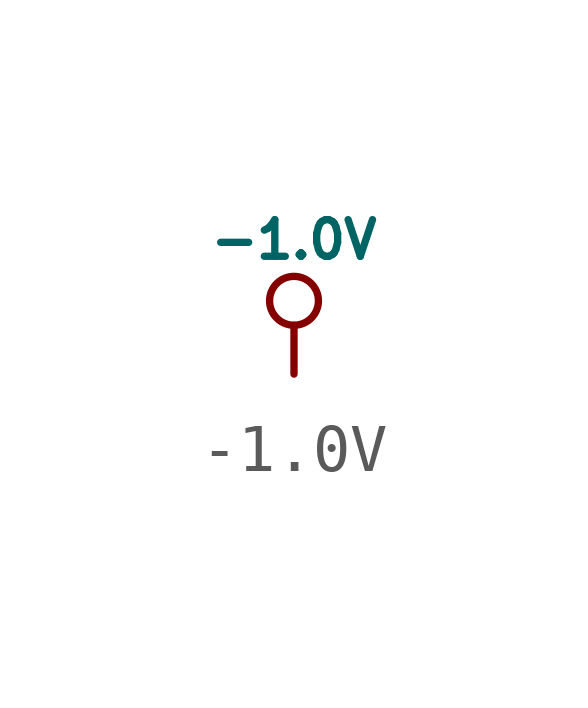
<source format=kicad_sym>
(kicad_symbol_lib
  (version 20241209)
  (generator "kicad_symbol_editor")
  (generator_version "9.0")
  (symbol "-1.0V"
    (power)
    (pin_names
      (offset 0))
    (property "Reference" "#PWR"
      (at 0 -1.016 0)
      (effects (font (size 0.762 0.762)) (hide yes)))
    (property "Value" "-1.0V"
      (at 0 2.794 0)
      (effects (font (size 0.762 0.762))))
    (property "Footprint" ""
      (at 0 0 0)
      (effects (font (size 1.524 1.524))))
    (property "Datasheet" ""
      (at 0 0 0)
      (effects (font (size 1.524 1.524))))
    (symbol "-1.0V_0_0"
      (pin power_in line (at 0 0 90) (length 0) (hide yes) (name "+1.0V" (effects (font (size 0.762 0.762)))) (number "1" (effects (font (size 0.762 0.762))))))
    (symbol "-1.0V_0_1"
      (circle (center 0 1.524) (radius 0.508) (stroke (width 0) (type default)) (fill (type none)))
      (polyline (pts (xy 0 0) (xy 0 1.016) (xy 0 1.016)) (stroke (width 0) (type default)) (fill (type none))))))
</source>
